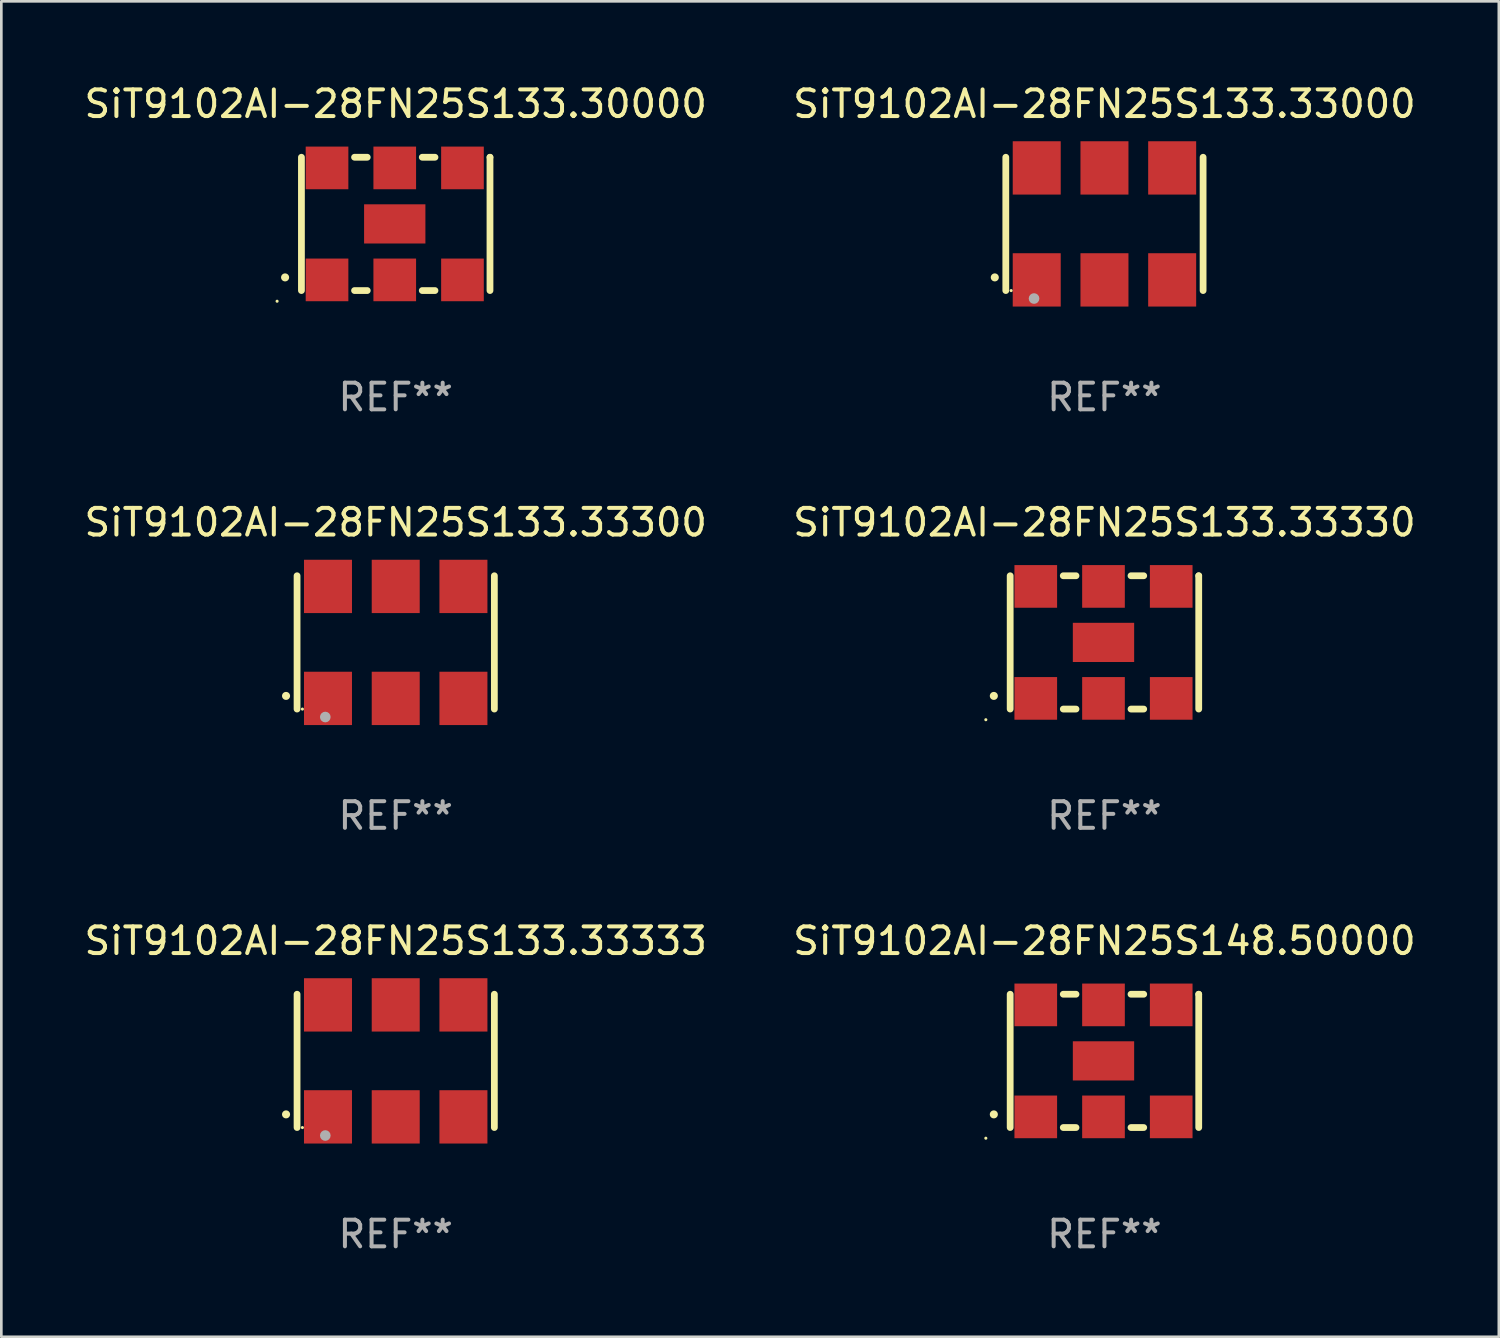
<source format=kicad_pcb>
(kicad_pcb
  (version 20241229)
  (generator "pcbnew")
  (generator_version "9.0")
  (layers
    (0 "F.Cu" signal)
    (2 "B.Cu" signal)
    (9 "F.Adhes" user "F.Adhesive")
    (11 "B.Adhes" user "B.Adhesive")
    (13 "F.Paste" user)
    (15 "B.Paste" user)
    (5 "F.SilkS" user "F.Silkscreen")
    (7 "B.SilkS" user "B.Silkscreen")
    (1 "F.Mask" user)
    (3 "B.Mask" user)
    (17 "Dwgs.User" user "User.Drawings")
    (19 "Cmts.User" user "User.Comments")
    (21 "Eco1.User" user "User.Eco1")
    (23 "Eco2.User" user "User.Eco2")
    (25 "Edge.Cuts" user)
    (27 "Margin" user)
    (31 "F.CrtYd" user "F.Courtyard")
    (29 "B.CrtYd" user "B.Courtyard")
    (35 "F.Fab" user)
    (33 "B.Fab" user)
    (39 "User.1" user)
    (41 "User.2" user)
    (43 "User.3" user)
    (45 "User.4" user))
  (footprint "SiT9102AI-28FN25S133.33333"
    (layer "F.Cu")
    (at 11.792 36.741)
    (property "Reference" "SiT9102AI-28FN25S133.33333" (at 0 -4.5 0) (layer "F.SilkS") (effects (font (size 1 1) (thickness 0.15))))
    (attr through_hole)
    (fp_line (start -3.7 -2.5) (end -3.7 2.5) (stroke (width 0.254) (type solid)) (layer "F.SilkS"))
    (fp_line (start 3.7 -2.5) (end 3.7 2.5) (stroke (width 0.254) (type solid)) (layer "F.SilkS"))
    (fp_arc (start -4.114415 2.006604) (mid -4.113145 2.006599) (end -4.111875 2.006604) (stroke (width 0.3) (type solid)) (layer "F.SilkS"))
    (fp_circle (center -3.5 2.501) (end -3.47 2.501) (stroke (width 0.06) (type solid)) (fill no) (layer "F.SilkS"))
    (fp_circle (center -2.641 2.799) (end -2.541 2.799) (stroke (width 0.2) (type solid)) (fill no) (layer "F.Fab"))
    (fp_text user "REF**" (at 0 6.5 0) (layer "F.Fab") (effects (font (size 1 1) (thickness 0.15))))
    (pad "1" smd rect (at -2.54 2.1) (size 1.8 2) (layers "F.Cu" "F.Mask" "F.Paste"))
    (pad "2" smd rect (at 0.000394 2.1) (size 1.8 2) (layers "F.Cu" "F.Mask" "F.Paste"))
    (pad "3" smd rect (at 2.54 2.1) (size 1.8 2) (layers "F.Cu" "F.Mask" "F.Paste"))
    (pad "4" smd rect (at 2.54 -2.1) (size 1.8 2) (layers "F.Cu" "F.Mask" "F.Paste"))
    (pad "5" smd rect (at 0.000394 -2.1) (size 1.8 2) (layers "F.Cu" "F.Mask" "F.Paste"))
    (pad "6" smd rect (at -2.54 -2.1) (size 1.8 2) (layers "F.Cu" "F.Mask" "F.Paste")))
  (footprint "SiT9102AI-28FN25S133.33000"
    (layer "F.Cu")
    (at 38.375 5.348)
    (property "Reference" "SiT9102AI-28FN25S133.33000" (at 0 -4.5 0) (layer "F.SilkS") (effects (font (size 1 1) (thickness 0.15))))
    (attr through_hole)
    (fp_line (start -3.7 -2.5) (end -3.7 2.5) (stroke (width 0.254) (type solid)) (layer "F.SilkS"))
    (fp_line (start 3.7 -2.5) (end 3.7 2.5) (stroke (width 0.254) (type solid)) (layer "F.SilkS"))
    (fp_arc (start -4.114415 2.006604) (mid -4.113145 2.006599) (end -4.111875 2.006604) (stroke (width 0.3) (type solid)) (layer "F.SilkS"))
    (fp_circle (center -3.5 2.501) (end -3.47 2.501) (stroke (width 0.06) (type solid)) (fill no) (layer "F.SilkS"))
    (fp_circle (center -2.641 2.799) (end -2.541 2.799) (stroke (width 0.2) (type solid)) (fill no) (layer "F.Fab"))
    (fp_text user "REF**" (at 0 6.5 0) (layer "F.Fab") (effects (font (size 1 1) (thickness 0.15))))
    (pad "1" smd rect (at -2.54 2.1) (size 1.8 2) (layers "F.Cu" "F.Mask" "F.Paste"))
    (pad "2" smd rect (at 0.000394 2.1) (size 1.8 2) (layers "F.Cu" "F.Mask" "F.Paste"))
    (pad "3" smd rect (at 2.54 2.1) (size 1.8 2) (layers "F.Cu" "F.Mask" "F.Paste"))
    (pad "4" smd rect (at 2.54 -2.1) (size 1.8 2) (layers "F.Cu" "F.Mask" "F.Paste"))
    (pad "5" smd rect (at 0.000394 -2.1) (size 1.8 2) (layers "F.Cu" "F.Mask" "F.Paste"))
    (pad "6" smd rect (at -2.54 -2.1) (size 1.8 2) (layers "F.Cu" "F.Mask" "F.Paste")))
  (footprint "SiT9102AI-28FN25S133.33330"
    (layer "F.Cu")
    (at 38.375 21.045)
    (property "Reference" "SiT9102AI-28FN25S133.33330" (at 0 -4.5 0) (layer "F.SilkS") (effects (font (size 1 1) (thickness 0.15))))
    (attr through_hole)
    (fp_line (start -3.536 -2.5) (end -3.536 2.5) (stroke (width 0.254) (type solid)) (layer "F.SilkS"))
    (fp_line (start -1.544 2.5) (end -1.067 2.5) (stroke (width 0.254) (type solid)) (layer "F.SilkS"))
    (fp_line (start -1.067 -2.5) (end -1.544 -2.5) (stroke (width 0.254) (type solid)) (layer "F.SilkS"))
    (fp_line (start 0.996 2.5) (end 1.473 2.5) (stroke (width 0.254) (type solid)) (layer "F.SilkS"))
    (fp_line (start 1.473 -2.5) (end 0.996 -2.5) (stroke (width 0.254) (type solid)) (layer "F.SilkS"))
    (fp_line (start 3.536 -2.5) (end 3.536 -2.5) (stroke (width 0.254) (type solid)) (layer "F.SilkS"))
    (fp_line (start 3.536 2.5) (end 3.536 -2.5) (stroke (width 0.254) (type solid)) (layer "F.SilkS"))
    (fp_arc (start -4.150432 2.006604) (mid -4.149162 2.006599) (end -4.147892 2.006604) (stroke (width 0.3) (type solid)) (layer "F.SilkS"))
    (fp_circle (center -4.449 2.9) (end -4.419 2.9) (stroke (width 0.06) (type solid)) (fill no) (layer "F.SilkS"))
    (fp_text user "REF**" (at 0 6.5 0) (layer "F.Fab") (effects (font (size 1 1) (thickness 0.15))))
    (pad "1" smd rect (at -2.576 2.1) (size 1.6 1.6) (layers "F.Cu" "F.Mask" "F.Paste"))
    (pad "2" smd rect (at -0.036 2.1) (size 1.6 1.6) (layers "F.Cu" "F.Mask" "F.Paste"))
    (pad "3" smd rect (at 2.504 2.1) (size 1.6 1.6) (layers "F.Cu" "F.Mask" "F.Paste"))
    (pad "4" smd rect (at 2.504 -2.1) (size 1.6 1.6) (layers "F.Cu" "F.Mask" "F.Paste"))
    (pad "5" smd rect (at -0.036 -2.1) (size 1.6 1.6) (layers "F.Cu" "F.Mask" "F.Paste"))
    (pad "6" smd rect (at -2.576 -2.1) (size 1.6 1.6) (layers "F.Cu" "F.Mask" "F.Paste"))
    (pad "7" smd rect (at -0.036 0) (size 2.3 1.47) (layers "F.Cu" "F.Mask" "F.Paste")))
  (footprint "SiT9102AI-28FN25S133.33300"
    (layer "F.Cu")
    (at 11.792 21.045)
    (property "Reference" "SiT9102AI-28FN25S133.33300" (at 0 -4.5 0) (layer "F.SilkS") (effects (font (size 1 1) (thickness 0.15))))
    (attr through_hole)
    (fp_line (start -3.7 -2.5) (end -3.7 2.5) (stroke (width 0.254) (type solid)) (layer "F.SilkS"))
    (fp_line (start 3.7 -2.5) (end 3.7 2.5) (stroke (width 0.254) (type solid)) (layer "F.SilkS"))
    (fp_arc (start -4.114415 2.006604) (mid -4.113145 2.006599) (end -4.111875 2.006604) (stroke (width 0.3) (type solid)) (layer "F.SilkS"))
    (fp_circle (center -3.5 2.501) (end -3.47 2.501) (stroke (width 0.06) (type solid)) (fill no) (layer "F.SilkS"))
    (fp_circle (center -2.641 2.799) (end -2.541 2.799) (stroke (width 0.2) (type solid)) (fill no) (layer "F.Fab"))
    (fp_text user "REF**" (at 0 6.5 0) (layer "F.Fab") (effects (font (size 1 1) (thickness 0.15))))
    (pad "1" smd rect (at -2.54 2.1) (size 1.8 2) (layers "F.Cu" "F.Mask" "F.Paste"))
    (pad "2" smd rect (at 0.000394 2.1) (size 1.8 2) (layers "F.Cu" "F.Mask" "F.Paste"))
    (pad "3" smd rect (at 2.54 2.1) (size 1.8 2) (layers "F.Cu" "F.Mask" "F.Paste"))
    (pad "4" smd rect (at 2.54 -2.1) (size 1.8 2) (layers "F.Cu" "F.Mask" "F.Paste"))
    (pad "5" smd rect (at 0.000394 -2.1) (size 1.8 2) (layers "F.Cu" "F.Mask" "F.Paste"))
    (pad "6" smd rect (at -2.54 -2.1) (size 1.8 2) (layers "F.Cu" "F.Mask" "F.Paste")))
  (footprint "SiT9102AI-28FN25S133.30000"
    (layer "F.Cu")
    (at 11.792 5.348)
    (property "Reference" "SiT9102AI-28FN25S133.30000" (at 0 -4.5 0) (layer "F.SilkS") (effects (font (size 1 1) (thickness 0.15))))
    (attr through_hole)
    (fp_line (start -3.536 -2.5) (end -3.536 2.5) (stroke (width 0.254) (type solid)) (layer "F.SilkS"))
    (fp_line (start -1.544 2.5) (end -1.067 2.5) (stroke (width 0.254) (type solid)) (layer "F.SilkS"))
    (fp_line (start -1.067 -2.5) (end -1.544 -2.5) (stroke (width 0.254) (type solid)) (layer "F.SilkS"))
    (fp_line (start 0.996 2.5) (end 1.473 2.5) (stroke (width 0.254) (type solid)) (layer "F.SilkS"))
    (fp_line (start 1.473 -2.5) (end 0.996 -2.5) (stroke (width 0.254) (type solid)) (layer "F.SilkS"))
    (fp_line (start 3.536 -2.5) (end 3.536 -2.5) (stroke (width 0.254) (type solid)) (layer "F.SilkS"))
    (fp_line (start 3.536 2.5) (end 3.536 -2.5) (stroke (width 0.254) (type solid)) (layer "F.SilkS"))
    (fp_arc (start -4.150432 2.006604) (mid -4.149162 2.006599) (end -4.147892 2.006604) (stroke (width 0.3) (type solid)) (layer "F.SilkS"))
    (fp_circle (center -4.449 2.9) (end -4.419 2.9) (stroke (width 0.06) (type solid)) (fill no) (layer "F.SilkS"))
    (fp_text user "REF**" (at 0 6.5 0) (layer "F.Fab") (effects (font (size 1 1) (thickness 0.15))))
    (pad "1" smd rect (at -2.576 2.1) (size 1.6 1.6) (layers "F.Cu" "F.Mask" "F.Paste"))
    (pad "2" smd rect (at -0.036 2.1) (size 1.6 1.6) (layers "F.Cu" "F.Mask" "F.Paste"))
    (pad "3" smd rect (at 2.504 2.1) (size 1.6 1.6) (layers "F.Cu" "F.Mask" "F.Paste"))
    (pad "4" smd rect (at 2.504 -2.1) (size 1.6 1.6) (layers "F.Cu" "F.Mask" "F.Paste"))
    (pad "5" smd rect (at -0.036 -2.1) (size 1.6 1.6) (layers "F.Cu" "F.Mask" "F.Paste"))
    (pad "6" smd rect (at -2.576 -2.1) (size 1.6 1.6) (layers "F.Cu" "F.Mask" "F.Paste"))
    (pad "7" smd rect (at -0.036 0) (size 2.3 1.47) (layers "F.Cu" "F.Mask" "F.Paste")))
  (footprint "SiT9102AI-28FN25S148.50000"
    (layer "F.Cu")
    (at 38.375 36.741)
    (property "Reference" "SiT9102AI-28FN25S148.50000" (at 0 -4.5 0) (layer "F.SilkS") (effects (font (size 1 1) (thickness 0.15))))
    (attr through_hole)
    (fp_line (start -3.536 -2.5) (end -3.536 2.5) (stroke (width 0.254) (type solid)) (layer "F.SilkS"))
    (fp_line (start -1.544 2.5) (end -1.067 2.5) (stroke (width 0.254) (type solid)) (layer "F.SilkS"))
    (fp_line (start -1.067 -2.5) (end -1.544 -2.5) (stroke (width 0.254) (type solid)) (layer "F.SilkS"))
    (fp_line (start 0.996 2.5) (end 1.473 2.5) (stroke (width 0.254) (type solid)) (layer "F.SilkS"))
    (fp_line (start 1.473 -2.5) (end 0.996 -2.5) (stroke (width 0.254) (type solid)) (layer "F.SilkS"))
    (fp_line (start 3.536 -2.5) (end 3.536 -2.5) (stroke (width 0.254) (type solid)) (layer "F.SilkS"))
    (fp_line (start 3.536 2.5) (end 3.536 -2.5) (stroke (width 0.254) (type solid)) (layer "F.SilkS"))
    (fp_arc (start -4.150432 2.006604) (mid -4.149162 2.006599) (end -4.147892 2.006604) (stroke (width 0.3) (type solid)) (layer "F.SilkS"))
    (fp_circle (center -4.449 2.9) (end -4.419 2.9) (stroke (width 0.06) (type solid)) (fill no) (layer "F.SilkS"))
    (fp_text user "REF**" (at 0 6.5 0) (layer "F.Fab") (effects (font (size 1 1) (thickness 0.15))))
    (pad "1" smd rect (at -2.576 2.1) (size 1.6 1.6) (layers "F.Cu" "F.Mask" "F.Paste"))
    (pad "2" smd rect (at -0.036 2.1) (size 1.6 1.6) (layers "F.Cu" "F.Mask" "F.Paste"))
    (pad "3" smd rect (at 2.504 2.1) (size 1.6 1.6) (layers "F.Cu" "F.Mask" "F.Paste"))
    (pad "4" smd rect (at 2.504 -2.1) (size 1.6 1.6) (layers "F.Cu" "F.Mask" "F.Paste"))
    (pad "5" smd rect (at -0.036 -2.1) (size 1.6 1.6) (layers "F.Cu" "F.Mask" "F.Paste"))
    (pad "6" smd rect (at -2.576 -2.1) (size 1.6 1.6) (layers "F.Cu" "F.Mask" "F.Paste"))
    (pad "7" smd rect (at -0.036 0) (size 2.3 1.47) (layers "F.Cu" "F.Mask" "F.Paste")))
  (gr_rect
    (start -3 -3)
    (end 53.167 47.09)
    (stroke (width 0.1) (type default))
    (fill no)
    (layer "Edge.Cuts")))
</source>
